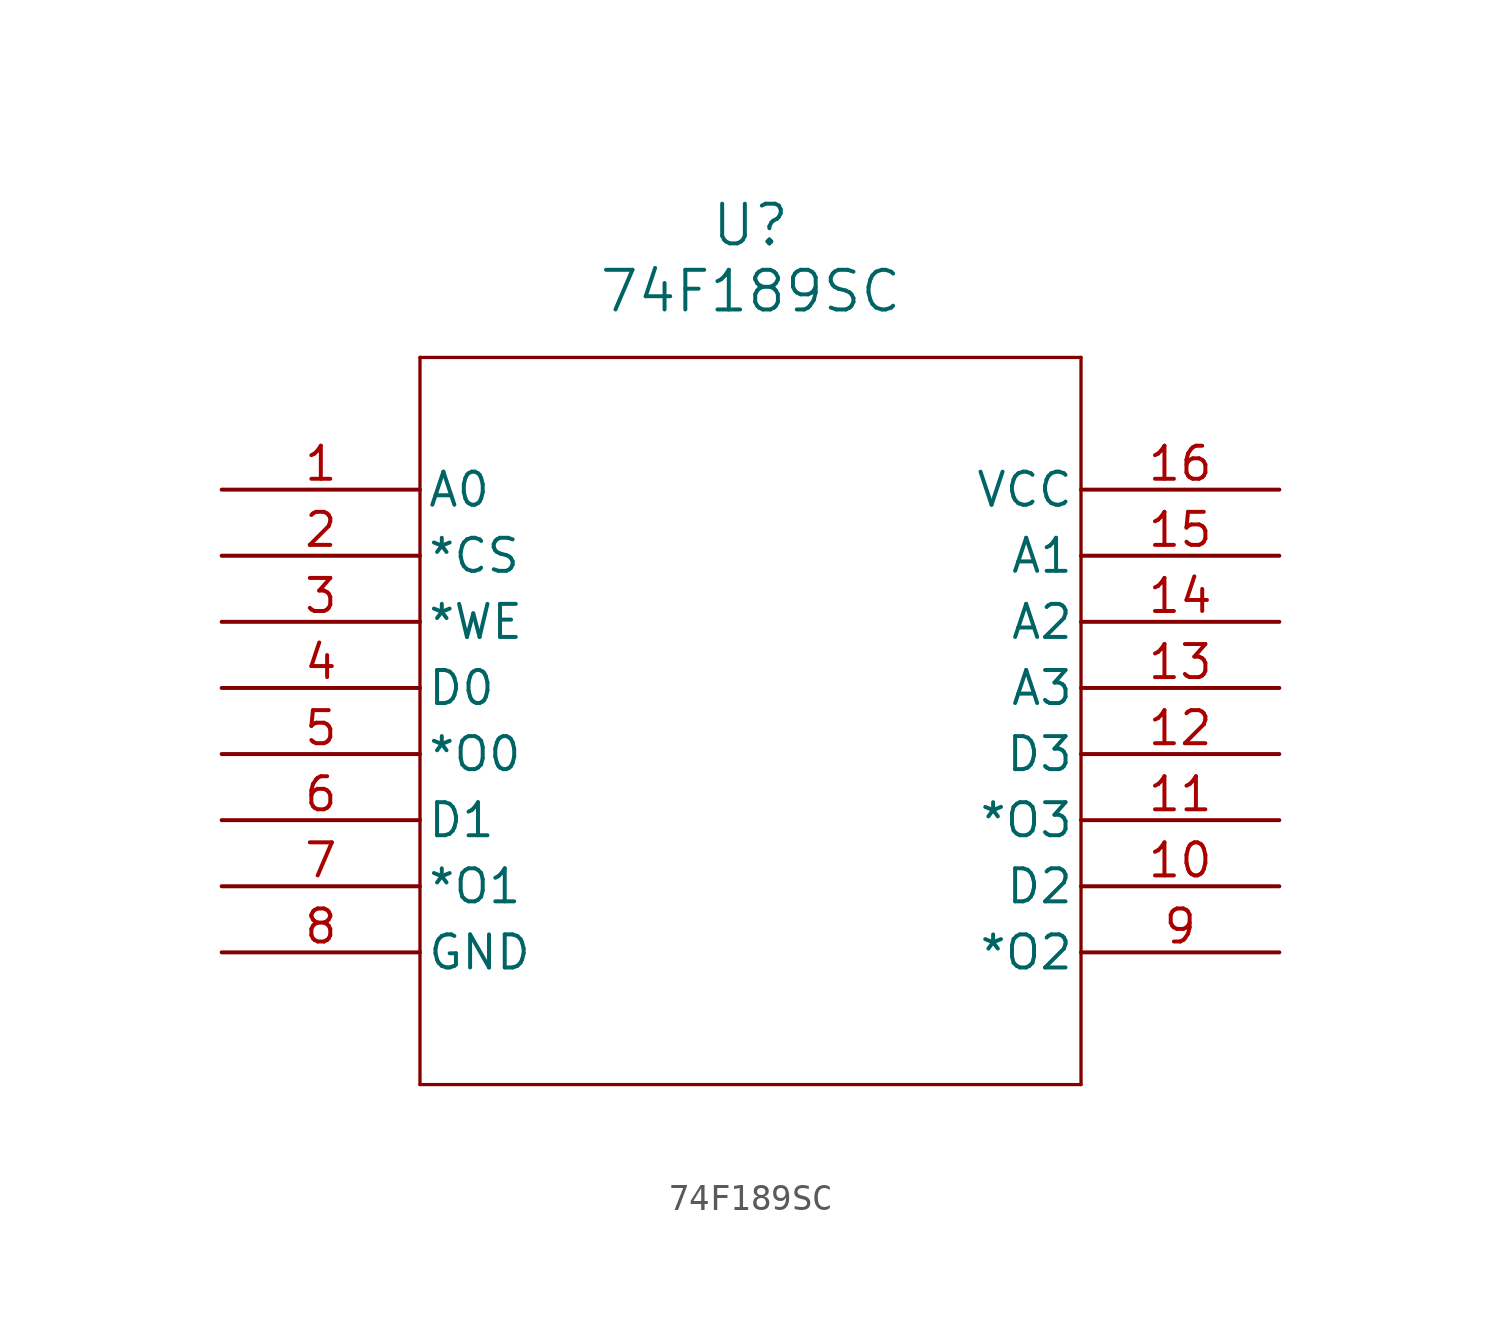
<source format=kicad_sym>
(kicad_symbol_lib
  (version 20211014)
  (generator kicad_symbol_editor)
  (symbol "74F189SC"
    (pin_names
      (offset 0.254))
    (property "Reference" "U"
      (at 20.32 10.16 0)
      (effects (font (size 1.524 1.524))))
    (property "Value" "74F189SC"
      (at 20.32 7.62 0)
      (effects (font (size 1.524 1.524))))
    (symbol "74F189SC_0_1"
      (polyline (pts (xy 7.62 5.08) (xy 7.62 -22.86)) (stroke (width 0.127) (type default) (color 0 0 0 0)) (fill (type none)))
      (polyline (pts (xy 7.62 -22.86) (xy 33.02 -22.86)) (stroke (width 0.127) (type default) (color 0 0 0 0)) (fill (type none)))
      (polyline (pts (xy 33.02 -22.86) (xy 33.02 5.08)) (stroke (width 0.127) (type default) (color 0 0 0 0)) (fill (type none)))
      (polyline (pts (xy 33.02 5.08) (xy 7.62 5.08)) (stroke (width 0.127) (type default) (color 0 0 0 0)) (fill (type none)))
      (pin input line (at 0 0 0) (length 7.62) (name "A0" (effects (font (size 1.27 1.27)))) (number "1" (effects (font (size 1.27 1.27)))))
      (pin input line (at 0 -2.54 0) (length 7.62) (name "*CS" (effects (font (size 1.27 1.27)))) (number "2" (effects (font (size 1.27 1.27)))))
      (pin input line (at 0 -5.08 0) (length 7.62) (name "*WE" (effects (font (size 1.27 1.27)))) (number "3" (effects (font (size 1.27 1.27)))))
      (pin input line (at 0 -7.62 0) (length 7.62) (name "D0" (effects (font (size 1.27 1.27)))) (number "4" (effects (font (size 1.27 1.27)))))
      (pin output line (at 0 -10.16 0) (length 7.62) (name "*O0" (effects (font (size 1.27 1.27)))) (number "5" (effects (font (size 1.27 1.27)))))
      (pin input line (at 0 -12.7 0) (length 7.62) (name "D1" (effects (font (size 1.27 1.27)))) (number "6" (effects (font (size 1.27 1.27)))))
      (pin output line (at 0 -15.24 0) (length 7.62) (name "*O1" (effects (font (size 1.27 1.27)))) (number "7" (effects (font (size 1.27 1.27)))))
      (pin power_out line (at 0 -17.78 0) (length 7.62) (name "GND" (effects (font (size 1.27 1.27)))) (number "8" (effects (font (size 1.27 1.27)))))
      (pin output line (at 40.64 -17.78 180) (length 7.62) (name "*O2" (effects (font (size 1.27 1.27)))) (number "9" (effects (font (size 1.27 1.27)))))
      (pin input line (at 40.64 -15.24 180) (length 7.62) (name "D2" (effects (font (size 1.27 1.27)))) (number "10" (effects (font (size 1.27 1.27)))))
      (pin output line (at 40.64 -12.7 180) (length 7.62) (name "*O3" (effects (font (size 1.27 1.27)))) (number "11" (effects (font (size 1.27 1.27)))))
      (pin input line (at 40.64 -10.16 180) (length 7.62) (name "D3" (effects (font (size 1.27 1.27)))) (number "12" (effects (font (size 1.27 1.27)))))
      (pin input line (at 40.64 -7.62 180) (length 7.62) (name "A3" (effects (font (size 1.27 1.27)))) (number "13" (effects (font (size 1.27 1.27)))))
      (pin input line (at 40.64 -5.08 180) (length 7.62) (name "A2" (effects (font (size 1.27 1.27)))) (number "14" (effects (font (size 1.27 1.27)))))
      (pin input line (at 40.64 -2.54 180) (length 7.62) (name "A1" (effects (font (size 1.27 1.27)))) (number "15" (effects (font (size 1.27 1.27)))))
      (pin power_in line (at 40.64 0 180) (length 7.62) (name "VCC" (effects (font (size 1.27 1.27)))) (number "16" (effects (font (size 1.27 1.27))))))))
</source>
